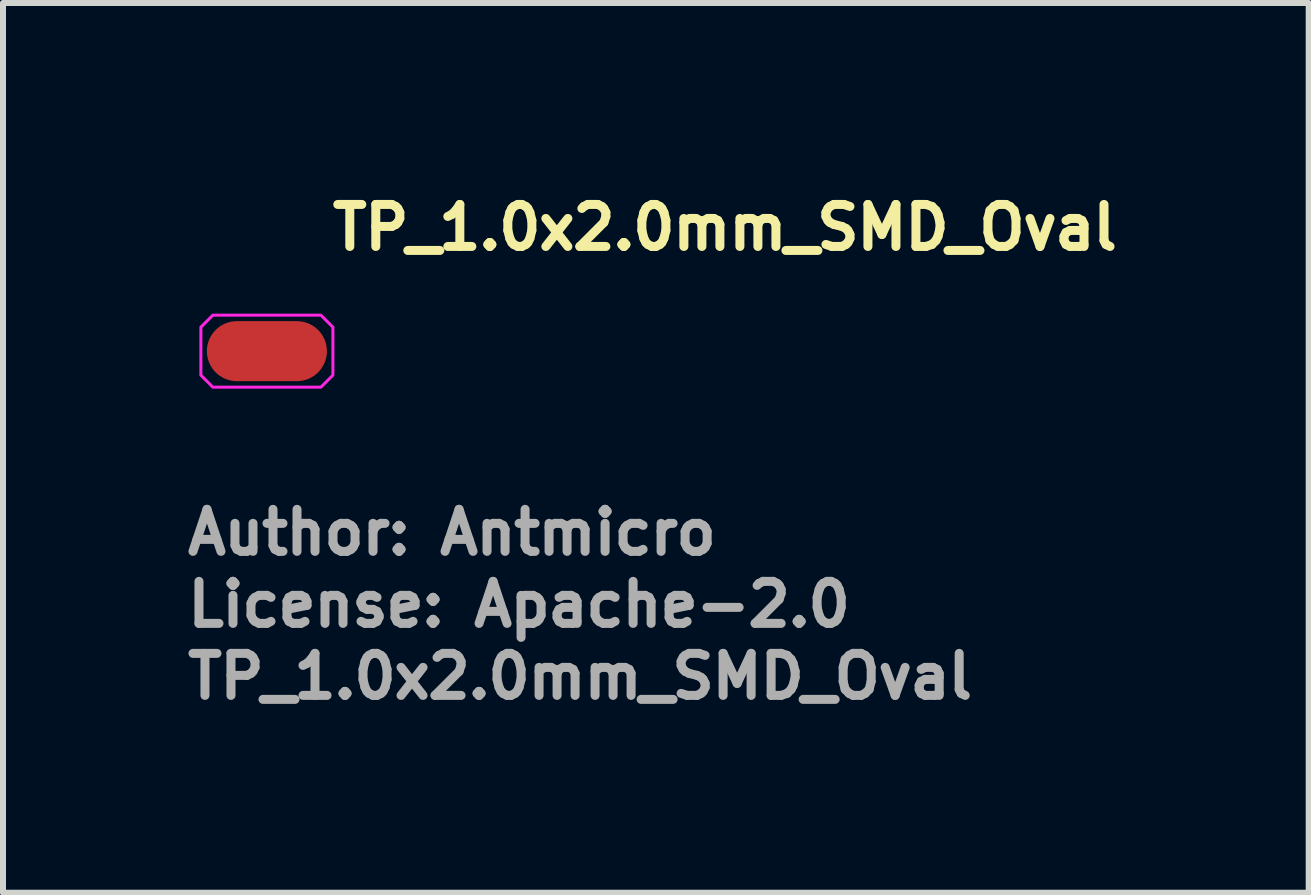
<source format=kicad_pcb>
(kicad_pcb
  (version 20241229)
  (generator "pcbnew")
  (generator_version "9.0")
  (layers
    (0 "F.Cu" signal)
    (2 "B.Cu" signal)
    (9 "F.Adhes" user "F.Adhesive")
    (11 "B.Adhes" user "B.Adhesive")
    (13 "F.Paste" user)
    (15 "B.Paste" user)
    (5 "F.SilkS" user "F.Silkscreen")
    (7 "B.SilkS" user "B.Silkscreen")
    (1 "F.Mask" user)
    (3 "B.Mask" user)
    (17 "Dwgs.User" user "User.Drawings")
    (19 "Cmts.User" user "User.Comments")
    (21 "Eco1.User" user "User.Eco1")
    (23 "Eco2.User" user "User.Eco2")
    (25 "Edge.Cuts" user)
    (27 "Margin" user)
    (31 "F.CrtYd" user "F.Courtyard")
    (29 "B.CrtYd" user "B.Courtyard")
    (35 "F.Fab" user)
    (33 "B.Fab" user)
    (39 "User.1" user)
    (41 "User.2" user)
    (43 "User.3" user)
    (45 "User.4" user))
  (footprint "TP_1.0x2.0mm_SMD_Oval"
    (layer "F.Cu")
    (at 1.397 2.801)
    (property "Reference" "TP_1.0x2.0mm_SMD_Oval" (at 1.016 -1.651 0) (unlocked yes) (layer "F.SilkS") (effects (font (size 0.7 0.7) (thickness 0.15)) (justify left bottom)))
    (attr smd)
    (fp_poly (pts (xy 0.9 -0.6) (xy 1.1 -0.4) (xy 1.1 0.4) (xy 0.9 0.6) (xy -0.9 0.6) (xy -1.1 0.4) (xy -1.1 -0.4) (xy -0.9 -0.6)) (stroke (width 0.05) (type solid)) (fill no) (layer "F.CrtYd"))
    (fp_text user "Author: Antmicro" (at -1.397 3.429 0) (layer "F.Fab") (effects (font (size 0.7 0.7) (thickness 0.15)) (justify left bottom)))
    (fp_text user "License: Apache-2.0" (at -1.397 4.629 0) (layer "F.Fab") (effects (font (size 0.7 0.7) (thickness 0.15)) (justify left bottom)))
    (fp_text user "${REFERENCE}" (at -1.397 5.829 0) (unlocked yes) (layer "F.Fab") (effects (font (size 0.7 0.7) (thickness 0.15)) (justify left bottom)))
    (pad "1" smd oval (at 0 0) (size 2 1) (layers "F.Cu" "F.Mask")))
  (gr_rect
    (start -3 -3)
    (end 18.756 11.825)
    (stroke (width 0.1) (type default))
    (fill no)
    (layer "Edge.Cuts")))
</source>
